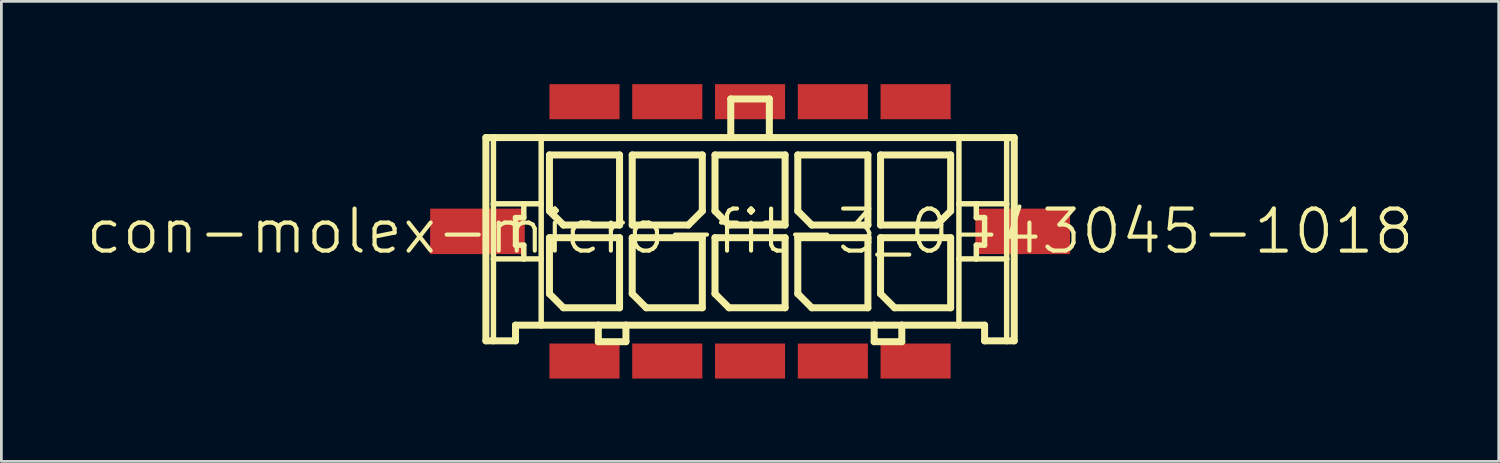
<source format=kicad_pcb>
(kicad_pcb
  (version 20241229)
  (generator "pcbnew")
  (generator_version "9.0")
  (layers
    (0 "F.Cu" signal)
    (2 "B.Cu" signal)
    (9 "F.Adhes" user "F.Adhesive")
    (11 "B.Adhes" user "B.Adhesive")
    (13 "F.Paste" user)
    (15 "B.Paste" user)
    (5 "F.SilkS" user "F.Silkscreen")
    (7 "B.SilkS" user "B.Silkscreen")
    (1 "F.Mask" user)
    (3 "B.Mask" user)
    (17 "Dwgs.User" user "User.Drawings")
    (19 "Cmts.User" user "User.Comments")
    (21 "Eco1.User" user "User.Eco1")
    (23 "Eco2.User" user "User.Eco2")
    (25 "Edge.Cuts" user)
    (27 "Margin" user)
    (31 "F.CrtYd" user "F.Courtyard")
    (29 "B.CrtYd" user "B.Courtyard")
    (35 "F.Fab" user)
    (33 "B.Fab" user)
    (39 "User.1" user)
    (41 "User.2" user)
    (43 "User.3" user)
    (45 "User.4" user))
  (footprint "con-molex-micro-fit-3_0-43045-1018"
    (layer "F.Cu")
    (at 24.13 5.334)
    (property "Reference" "con-molex-micro-fit-3_0-43045-1018" (at 0 0 0) (layer "F.SilkS") (effects (font (size 1.524 1.524) (thickness 0.15))))
    (attr smd)
    (fp_line (start -9.573 -3.399) (end -9.299 -3.399) (stroke (width 0.254) (type solid)) (layer "F.SilkS"))
    (fp_line (start -9.573 3.967) (end -9.573 -3.399) (stroke (width 0.254) (type solid)) (layer "F.SilkS"))
    (fp_line (start -9.299 -3.399) (end -7.569 -3.399) (stroke (width 0.254) (type solid)) (layer "F.SilkS"))
    (fp_line (start -9.299 -0.998) (end -9.299 -3.399) (stroke (width 0.198) (type solid)) (layer "F.SilkS"))
    (fp_line (start -9.299 0.998) (end -9.299 -0.998) (stroke (width 0.198) (type solid)) (layer "F.SilkS"))
    (fp_line (start -9.299 3.967) (end -9.573 3.967) (stroke (width 0.254) (type solid)) (layer "F.SilkS"))
    (fp_line (start -9.299 3.967) (end -9.299 0.998) (stroke (width 0.198) (type solid)) (layer "F.SilkS"))
    (fp_line (start -8.499 -0.498) (end -8.499 0.498) (stroke (width 0.198) (type solid)) (layer "F.SilkS"))
    (fp_line (start -8.499 0.498) (end -8.199 0.498) (stroke (width 0.198) (type solid)) (layer "F.SilkS"))
    (fp_line (start -8.499 3.399) (end -8.499 3.967) (stroke (width 0.254) (type solid)) (layer "F.SilkS"))
    (fp_line (start -8.499 3.967) (end -9.299 3.967) (stroke (width 0.254) (type solid)) (layer "F.SilkS"))
    (fp_line (start -8.199 -0.998) (end -9.299 -0.998) (stroke (width 0.198) (type solid)) (layer "F.SilkS"))
    (fp_line (start -8.199 -0.998) (end -8.199 -0.498) (stroke (width 0.198) (type solid)) (layer "F.SilkS"))
    (fp_line (start -8.199 -0.498) (end -8.499 -0.498) (stroke (width 0.198) (type solid)) (layer "F.SilkS"))
    (fp_line (start -8.199 0.498) (end -8.199 0.998) (stroke (width 0.198) (type solid)) (layer "F.SilkS"))
    (fp_line (start -8.199 0.998) (end -9.299 0.998) (stroke (width 0.198) (type solid)) (layer "F.SilkS"))
    (fp_line (start -7.569 -3.399) (end -0.699 -3.399) (stroke (width 0.254) (type solid)) (layer "F.SilkS"))
    (fp_line (start -7.569 -0.998) (end -8.199 -0.998) (stroke (width 0.198) (type solid)) (layer "F.SilkS"))
    (fp_line (start -7.569 -0.998) (end -7.569 -3.399) (stroke (width 0.198) (type solid)) (layer "F.SilkS"))
    (fp_line (start -7.569 0.998) (end -8.199 0.998) (stroke (width 0.198) (type solid)) (layer "F.SilkS"))
    (fp_line (start -7.569 0.998) (end -7.569 -0.998) (stroke (width 0.198) (type solid)) (layer "F.SilkS"))
    (fp_line (start -7.569 3.399) (end -8.499 3.399) (stroke (width 0.254) (type solid)) (layer "F.SilkS"))
    (fp_line (start -7.569 3.399) (end -7.569 0.998) (stroke (width 0.198) (type solid)) (layer "F.SilkS"))
    (fp_line (start -7.269 -2.769) (end -4.729 -2.769) (stroke (width 0.254) (type solid)) (layer "F.SilkS"))
    (fp_line (start -7.269 -0.737) (end -7.269 -2.769) (stroke (width 0.254) (type solid)) (layer "F.SilkS"))
    (fp_line (start -7.269 0.229) (end -4.729 0.229) (stroke (width 0.254) (type solid)) (layer "F.SilkS"))
    (fp_line (start -7.269 2.261) (end -7.269 0.229) (stroke (width 0.254) (type solid)) (layer "F.SilkS"))
    (fp_line (start -6.761 -0.229) (end -7.269 -0.737) (stroke (width 0.254) (type solid)) (layer "F.SilkS"))
    (fp_line (start -6.761 2.769) (end -7.269 2.261) (stroke (width 0.254) (type solid)) (layer "F.SilkS"))
    (fp_line (start -5.499 3.399) (end -7.569 3.399) (stroke (width 0.254) (type solid)) (layer "F.SilkS"))
    (fp_line (start -5.499 3.399) (end -5.499 3.998) (stroke (width 0.254) (type solid)) (layer "F.SilkS"))
    (fp_line (start -5.499 3.998) (end -4.498 3.998) (stroke (width 0.254) (type solid)) (layer "F.SilkS"))
    (fp_line (start -4.729 -2.769) (end -4.729 -0.229) (stroke (width 0.254) (type solid)) (layer "F.SilkS"))
    (fp_line (start -4.729 -0.229) (end -6.761 -0.229) (stroke (width 0.254) (type solid)) (layer "F.SilkS"))
    (fp_line (start -4.729 0.229) (end -4.729 2.769) (stroke (width 0.254) (type solid)) (layer "F.SilkS"))
    (fp_line (start -4.729 2.769) (end -6.761 2.769) (stroke (width 0.254) (type solid)) (layer "F.SilkS"))
    (fp_line (start -4.498 3.399) (end -5.499 3.399) (stroke (width 0.254) (type solid)) (layer "F.SilkS"))
    (fp_line (start -4.498 3.998) (end -4.498 3.399) (stroke (width 0.254) (type solid)) (layer "F.SilkS"))
    (fp_line (start -4.27 -2.769) (end -4.27 -0.229) (stroke (width 0.254) (type solid)) (layer "F.SilkS"))
    (fp_line (start -4.27 -0.229) (end -2.238 -0.229) (stroke (width 0.254) (type solid)) (layer "F.SilkS"))
    (fp_line (start -4.27 0.229) (end -1.73 0.229) (stroke (width 0.254) (type solid)) (layer "F.SilkS"))
    (fp_line (start -4.27 2.261) (end -4.27 0.229) (stroke (width 0.254) (type solid)) (layer "F.SilkS"))
    (fp_line (start -3.762 2.769) (end -4.27 2.261) (stroke (width 0.254) (type solid)) (layer "F.SilkS"))
    (fp_line (start -2.238 -0.229) (end -1.73 -0.737) (stroke (width 0.254) (type solid)) (layer "F.SilkS"))
    (fp_line (start -1.73 -2.769) (end -4.27 -2.769) (stroke (width 0.254) (type solid)) (layer "F.SilkS"))
    (fp_line (start -1.73 -0.737) (end -1.73 -2.769) (stroke (width 0.254) (type solid)) (layer "F.SilkS"))
    (fp_line (start -1.73 0.229) (end -1.73 2.769) (stroke (width 0.254) (type solid)) (layer "F.SilkS"))
    (fp_line (start -1.73 2.769) (end -3.762 2.769) (stroke (width 0.254) (type solid)) (layer "F.SilkS"))
    (fp_line (start -1.27 -2.769) (end 1.27 -2.769) (stroke (width 0.254) (type solid)) (layer "F.SilkS"))
    (fp_line (start -1.27 -0.737) (end -1.27 -2.769) (stroke (width 0.254) (type solid)) (layer "F.SilkS"))
    (fp_line (start -1.27 0.229) (end 1.27 0.229) (stroke (width 0.254) (type solid)) (layer "F.SilkS"))
    (fp_line (start -1.27 2.261) (end -1.27 0.229) (stroke (width 0.254) (type solid)) (layer "F.SilkS"))
    (fp_line (start -0.762 -0.229) (end -1.27 -0.737) (stroke (width 0.254) (type solid)) (layer "F.SilkS"))
    (fp_line (start -0.762 2.769) (end -1.27 2.261) (stroke (width 0.254) (type solid)) (layer "F.SilkS"))
    (fp_line (start -0.699 -4.798) (end -0.699 -3.399) (stroke (width 0.254) (type solid)) (layer "F.SilkS"))
    (fp_line (start -0.699 -4.798) (end 0.699 -4.798) (stroke (width 0.254) (type solid)) (layer "F.SilkS"))
    (fp_line (start -0.699 -3.399) (end 0.699 -3.399) (stroke (width 0.254) (type solid)) (layer "F.SilkS"))
    (fp_line (start 0.699 -4.798) (end 0.699 -3.399) (stroke (width 0.254) (type solid)) (layer "F.SilkS"))
    (fp_line (start 0.699 -3.399) (end 7.569 -3.399) (stroke (width 0.254) (type solid)) (layer "F.SilkS"))
    (fp_line (start 1.27 -2.769) (end 1.27 -0.229) (stroke (width 0.254) (type solid)) (layer "F.SilkS"))
    (fp_line (start 1.27 -0.229) (end -0.762 -0.229) (stroke (width 0.254) (type solid)) (layer "F.SilkS"))
    (fp_line (start 1.27 0.229) (end 1.27 2.769) (stroke (width 0.254) (type solid)) (layer "F.SilkS"))
    (fp_line (start 1.27 2.769) (end -0.762 2.769) (stroke (width 0.254) (type solid)) (layer "F.SilkS"))
    (fp_line (start 1.73 -2.769) (end 4.27 -2.769) (stroke (width 0.254) (type solid)) (layer "F.SilkS"))
    (fp_line (start 1.73 -0.737) (end 1.73 -2.769) (stroke (width 0.254) (type solid)) (layer "F.SilkS"))
    (fp_line (start 1.73 0.229) (end 4.27 0.229) (stroke (width 0.254) (type solid)) (layer "F.SilkS"))
    (fp_line (start 1.73 2.261) (end 1.73 0.229) (stroke (width 0.254) (type solid)) (layer "F.SilkS"))
    (fp_line (start 2.238 -0.229) (end 1.73 -0.737) (stroke (width 0.254) (type solid)) (layer "F.SilkS"))
    (fp_line (start 2.238 2.769) (end 1.73 2.261) (stroke (width 0.254) (type solid)) (layer "F.SilkS"))
    (fp_line (start 4.27 -2.769) (end 4.27 -0.229) (stroke (width 0.254) (type solid)) (layer "F.SilkS"))
    (fp_line (start 4.27 -0.229) (end 2.238 -0.229) (stroke (width 0.254) (type solid)) (layer "F.SilkS"))
    (fp_line (start 4.27 0.229) (end 4.27 2.769) (stroke (width 0.254) (type solid)) (layer "F.SilkS"))
    (fp_line (start 4.27 2.769) (end 2.238 2.769) (stroke (width 0.254) (type solid)) (layer "F.SilkS"))
    (fp_line (start 4.498 3.399) (end -4.498 3.399) (stroke (width 0.254) (type solid)) (layer "F.SilkS"))
    (fp_line (start 4.498 3.399) (end 4.498 3.998) (stroke (width 0.254) (type solid)) (layer "F.SilkS"))
    (fp_line (start 4.498 3.998) (end 5.499 3.998) (stroke (width 0.254) (type solid)) (layer "F.SilkS"))
    (fp_line (start 4.729 -2.769) (end 4.729 -0.229) (stroke (width 0.254) (type solid)) (layer "F.SilkS"))
    (fp_line (start 4.729 -0.229) (end 6.761 -0.229) (stroke (width 0.254) (type solid)) (layer "F.SilkS"))
    (fp_line (start 4.729 0.229) (end 7.269 0.229) (stroke (width 0.254) (type solid)) (layer "F.SilkS"))
    (fp_line (start 4.729 2.261) (end 4.729 0.229) (stroke (width 0.254) (type solid)) (layer "F.SilkS"))
    (fp_line (start 5.237 2.769) (end 4.729 2.261) (stroke (width 0.254) (type solid)) (layer "F.SilkS"))
    (fp_line (start 5.499 3.399) (end 4.498 3.399) (stroke (width 0.254) (type solid)) (layer "F.SilkS"))
    (fp_line (start 5.499 3.998) (end 5.499 3.399) (stroke (width 0.254) (type solid)) (layer "F.SilkS"))
    (fp_line (start 6.761 -0.229) (end 7.269 -0.737) (stroke (width 0.254) (type solid)) (layer "F.SilkS"))
    (fp_line (start 7.269 -2.769) (end 4.729 -2.769) (stroke (width 0.254) (type solid)) (layer "F.SilkS"))
    (fp_line (start 7.269 -0.737) (end 7.269 -2.769) (stroke (width 0.254) (type solid)) (layer "F.SilkS"))
    (fp_line (start 7.269 0.229) (end 7.269 2.769) (stroke (width 0.254) (type solid)) (layer "F.SilkS"))
    (fp_line (start 7.269 2.769) (end 5.237 2.769) (stroke (width 0.254) (type solid)) (layer "F.SilkS"))
    (fp_line (start 7.569 -3.399) (end 7.569 -0.998) (stroke (width 0.198) (type solid)) (layer "F.SilkS"))
    (fp_line (start 7.569 -3.399) (end 9.299 -3.399) (stroke (width 0.254) (type solid)) (layer "F.SilkS"))
    (fp_line (start 7.569 -0.998) (end 7.569 0.998) (stroke (width 0.198) (type solid)) (layer "F.SilkS"))
    (fp_line (start 7.569 -0.998) (end 8.199 -0.998) (stroke (width 0.198) (type solid)) (layer "F.SilkS"))
    (fp_line (start 7.569 0.998) (end 7.569 3.399) (stroke (width 0.198) (type solid)) (layer "F.SilkS"))
    (fp_line (start 7.569 0.998) (end 8.199 0.998) (stroke (width 0.198) (type solid)) (layer "F.SilkS"))
    (fp_line (start 7.569 3.399) (end 5.499 3.399) (stroke (width 0.254) (type solid)) (layer "F.SilkS"))
    (fp_line (start 8.199 -0.998) (end 8.199 -0.498) (stroke (width 0.198) (type solid)) (layer "F.SilkS"))
    (fp_line (start 8.199 -0.998) (end 9.299 -0.998) (stroke (width 0.198) (type solid)) (layer "F.SilkS"))
    (fp_line (start 8.199 -0.498) (end 8.499 -0.498) (stroke (width 0.198) (type solid)) (layer "F.SilkS"))
    (fp_line (start 8.199 0.498) (end 8.199 0.998) (stroke (width 0.198) (type solid)) (layer "F.SilkS"))
    (fp_line (start 8.199 0.998) (end 9.299 0.998) (stroke (width 0.198) (type solid)) (layer "F.SilkS"))
    (fp_line (start 8.499 -0.498) (end 8.499 0.498) (stroke (width 0.198) (type solid)) (layer "F.SilkS"))
    (fp_line (start 8.499 0.498) (end 8.199 0.498) (stroke (width 0.198) (type solid)) (layer "F.SilkS"))
    (fp_line (start 8.499 3.399) (end 7.569 3.399) (stroke (width 0.254) (type solid)) (layer "F.SilkS"))
    (fp_line (start 8.499 3.967) (end 8.499 3.399) (stroke (width 0.254) (type solid)) (layer "F.SilkS"))
    (fp_line (start 8.499 3.967) (end 9.299 3.967) (stroke (width 0.254) (type solid)) (layer "F.SilkS"))
    (fp_line (start 9.299 -3.399) (end 9.573 -3.399) (stroke (width 0.254) (type solid)) (layer "F.SilkS"))
    (fp_line (start 9.299 -0.998) (end 9.299 -3.399) (stroke (width 0.198) (type solid)) (layer "F.SilkS"))
    (fp_line (start 9.299 0.998) (end 9.299 -0.998) (stroke (width 0.198) (type solid)) (layer "F.SilkS"))
    (fp_line (start 9.299 3.967) (end 9.299 0.998) (stroke (width 0.198) (type solid)) (layer "F.SilkS"))
    (fp_line (start 9.299 3.967) (end 9.573 3.967) (stroke (width 0.254) (type solid)) (layer "F.SilkS"))
    (fp_line (start 9.573 -3.399) (end 9.573 3.967) (stroke (width 0.254) (type solid)) (layer "F.SilkS"))
    (pad "CLIP" smd rect (at -9.878 0) (size 3.429 1.648) (layers "F.Cu" "F.Mask" "F.Paste"))
    (pad "CLIP" smd rect (at 9.878 0) (size 3.429 1.648) (layers "F.Cu" "F.Mask" "F.Paste"))
    (pad "P$1" smd rect (at 5.999 4.699) (size 2.54 1.27) (layers "F.Cu" "F.Mask" "F.Paste"))
    (pad "P$2" smd rect (at 3 4.699) (size 2.54 1.27) (layers "F.Cu" "F.Mask" "F.Paste"))
    (pad "P$3" smd rect (at 0 4.699) (size 2.54 1.27) (layers "F.Cu" "F.Mask" "F.Paste"))
    (pad "P$4" smd rect (at -3 4.699) (size 2.54 1.27) (layers "F.Cu" "F.Mask" "F.Paste"))
    (pad "P$5" smd rect (at -5.999 4.699) (size 2.54 1.27) (layers "F.Cu" "F.Mask" "F.Paste"))
    (pad "P$6" smd rect (at 5.999 -4.699) (size 2.54 1.27) (layers "F.Cu" "F.Mask" "F.Paste"))
    (pad "P$7" smd rect (at 3 -4.699) (size 2.54 1.27) (layers "F.Cu" "F.Mask" "F.Paste"))
    (pad "P$8" smd rect (at 0 -4.699) (size 2.54 1.27) (layers "F.Cu" "F.Mask" "F.Paste"))
    (pad "P$9" smd rect (at -3 -4.699) (size 2.54 1.27) (layers "F.Cu" "F.Mask" "F.Paste"))
    (pad "P$10" smd rect (at -5.999 -4.699) (size 2.54 1.27) (layers "F.Cu" "F.Mask" "F.Paste")))
  (gr_rect
    (start -3 -3)
    (end 51.26 13.668)
    (stroke (width 0.1) (type default))
    (fill no)
    (layer "Edge.Cuts")))
</source>
